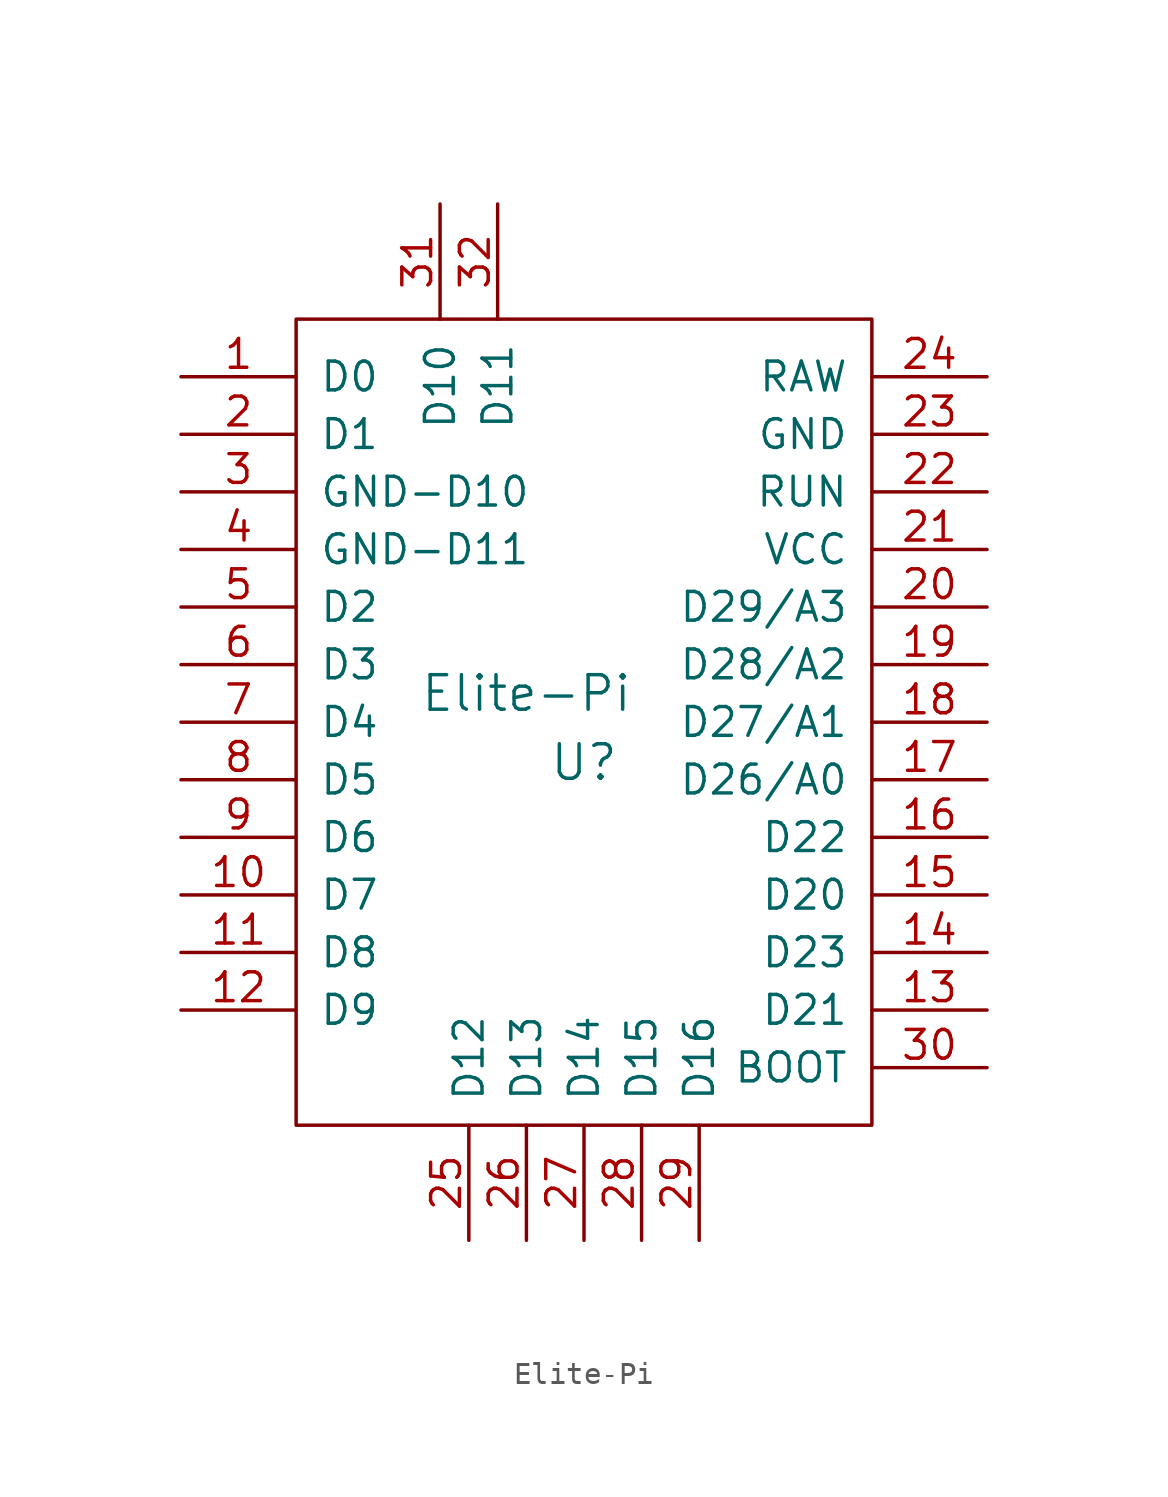
<source format=kicad_sym>
(kicad_symbol_lib
  (version 20241209)
  (generator "kicad_symbol_editor")
  (generator_version "9.0")
  (symbol "Elite-Pi"
    (pin_names
      (offset 1.016))
    (property "Reference" "U"
      (at 0 -3.048 0)
      (effects (font (size 1.524 1.524))))
    (property "Value" "Elite-Pi"
      (at -2.54 0 0)
      (effects (font (size 1.524 1.524))))
    (symbol "Elite-Pi_0_1"
      (rectangle (start -12.7 16.51) (end 12.7 -19.05) (stroke (width 0) (type solid)) (fill (type none))))
    (symbol "Elite-Pi_1_1"
      (pin input line (at -17.78 13.97 0) (length 5.08) (name "D0" (effects (font (size 1.27 1.27)))) (number "1" (effects (font (size 1.27 1.27)))))
      (pin input line (at -17.78 11.43 0) (length 5.08) (name "D1" (effects (font (size 1.27 1.27)))) (number "2" (effects (font (size 1.27 1.27)))))
      (pin input line (at -17.78 8.89 0) (length 5.08) (name "GND-D10" (effects (font (size 1.27 1.27)))) (number "3" (effects (font (size 1.27 1.27)))))
      (pin input line (at -17.78 6.35 0) (length 5.08) (name "GND-D11" (effects (font (size 1.27 1.27)))) (number "4" (effects (font (size 1.27 1.27)))))
      (pin input line (at -17.78 3.81 0) (length 5.08) (name "D2" (effects (font (size 1.27 1.27)))) (number "5" (effects (font (size 1.27 1.27)))))
      (pin input line (at -17.78 1.27 0) (length 5.08) (name "D3" (effects (font (size 1.27 1.27)))) (number "6" (effects (font (size 1.27 1.27)))))
      (pin input line (at -17.78 -1.27 0) (length 5.08) (name "D4" (effects (font (size 1.27 1.27)))) (number "7" (effects (font (size 1.27 1.27)))))
      (pin input line (at -17.78 -3.81 0) (length 5.08) (name "D5" (effects (font (size 1.27 1.27)))) (number "8" (effects (font (size 1.27 1.27)))))
      (pin input line (at -17.78 -6.35 0) (length 5.08) (name "D6" (effects (font (size 1.27 1.27)))) (number "9" (effects (font (size 1.27 1.27)))))
      (pin input line (at -17.78 -8.89 0) (length 5.08) (name "D7" (effects (font (size 1.27 1.27)))) (number "10" (effects (font (size 1.27 1.27)))))
      (pin input line (at -17.78 -11.43 0) (length 5.08) (name "D8" (effects (font (size 1.27 1.27)))) (number "11" (effects (font (size 1.27 1.27)))))
      (pin input line (at -17.78 -13.97 0) (length 5.08) (name "D9" (effects (font (size 1.27 1.27)))) (number "12" (effects (font (size 1.27 1.27)))))
      (pin input line (at -6.35 21.59 270) (length 5.08) (name "D10" (effects (font (size 1.27 1.27)))) (number "31" (effects (font (size 1.27 1.27)))))
      (pin input line (at -5.08 -24.13 90) (length 5.08) (name "D12" (effects (font (size 1.27 1.27)))) (number "25" (effects (font (size 1.27 1.27)))))
      (pin input line (at -3.81 21.59 270) (length 5.08) (name "D11" (effects (font (size 1.27 1.27)))) (number "32" (effects (font (size 1.27 1.27)))))
      (pin input line (at -2.54 -24.13 90) (length 5.08) (name "D13" (effects (font (size 1.27 1.27)))) (number "26" (effects (font (size 1.27 1.27)))))
      (pin input line (at 0 -24.13 90) (length 5.08) (name "D14" (effects (font (size 1.27 1.27)))) (number "27" (effects (font (size 1.27 1.27)))))
      (pin input line (at 2.54 -24.13 90) (length 5.08) (name "D15" (effects (font (size 1.27 1.27)))) (number "28" (effects (font (size 1.27 1.27)))))
      (pin input line (at 5.08 -24.13 90) (length 5.08) (name "D16" (effects (font (size 1.27 1.27)))) (number "29" (effects (font (size 1.27 1.27)))))
      (pin input line (at 17.78 13.97 180) (length 5.08) (name "RAW" (effects (font (size 1.27 1.27)))) (number "24" (effects (font (size 1.27 1.27)))))
      (pin input line (at 17.78 11.43 180) (length 5.08) (name "GND" (effects (font (size 1.27 1.27)))) (number "23" (effects (font (size 1.27 1.27)))))
      (pin input line (at 17.78 8.89 180) (length 5.08) (name "RUN" (effects (font (size 1.27 1.27)))) (number "22" (effects (font (size 1.27 1.27)))))
      (pin input line (at 17.78 6.35 180) (length 5.08) (name "VCC" (effects (font (size 1.27 1.27)))) (number "21" (effects (font (size 1.27 1.27)))))
      (pin input line (at 17.78 3.81 180) (length 5.08) (name "D29/A3" (effects (font (size 1.27 1.27)))) (number "20" (effects (font (size 1.27 1.27)))))
      (pin input line (at 17.78 1.27 180) (length 5.08) (name "D28/A2" (effects (font (size 1.27 1.27)))) (number "19" (effects (font (size 1.27 1.27)))))
      (pin input line (at 17.78 -1.27 180) (length 5.08) (name "D27/A1" (effects (font (size 1.27 1.27)))) (number "18" (effects (font (size 1.27 1.27)))))
      (pin input line (at 17.78 -3.81 180) (length 5.08) (name "D26/A0" (effects (font (size 1.27 1.27)))) (number "17" (effects (font (size 1.27 1.27)))))
      (pin input line (at 17.78 -6.35 180) (length 5.08) (name "D22" (effects (font (size 1.27 1.27)))) (number "16" (effects (font (size 1.27 1.27)))))
      (pin input line (at 17.78 -8.89 180) (length 5.08) (name "D20" (effects (font (size 1.27 1.27)))) (number "15" (effects (font (size 1.27 1.27)))))
      (pin input line (at 17.78 -11.43 180) (length 5.08) (name "D23" (effects (font (size 1.27 1.27)))) (number "14" (effects (font (size 1.27 1.27)))))
      (pin input line (at 17.78 -13.97 180) (length 5.08) (name "D21" (effects (font (size 1.27 1.27)))) (number "13" (effects (font (size 1.27 1.27)))))
      (pin input line (at 17.78 -16.51 180) (length 5.08) (name "BOOT" (effects (font (size 1.27 1.27)))) (number "30" (effects (font (size 1.27 1.27))))))))
</source>
